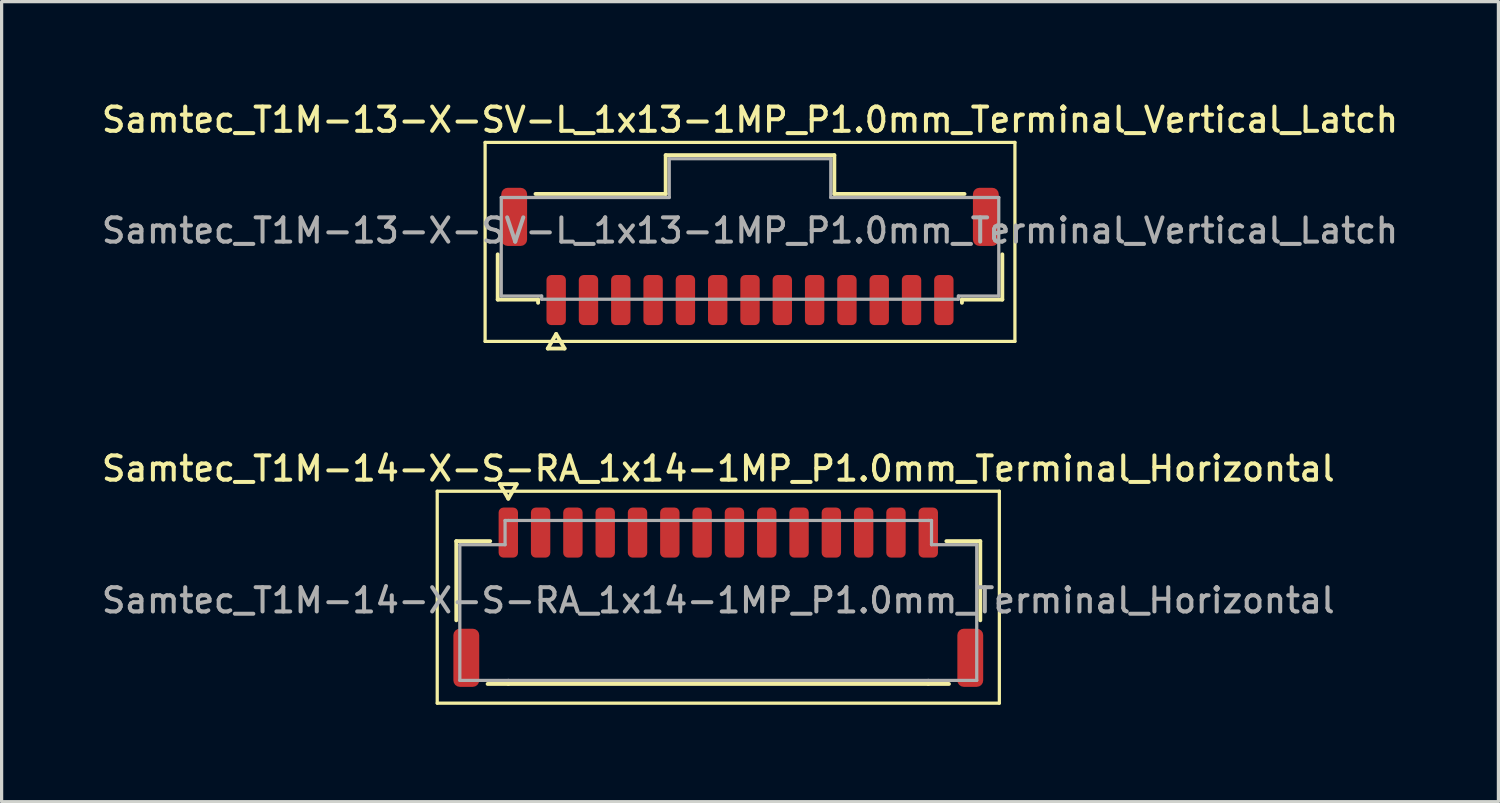
<source format=kicad_pcb>
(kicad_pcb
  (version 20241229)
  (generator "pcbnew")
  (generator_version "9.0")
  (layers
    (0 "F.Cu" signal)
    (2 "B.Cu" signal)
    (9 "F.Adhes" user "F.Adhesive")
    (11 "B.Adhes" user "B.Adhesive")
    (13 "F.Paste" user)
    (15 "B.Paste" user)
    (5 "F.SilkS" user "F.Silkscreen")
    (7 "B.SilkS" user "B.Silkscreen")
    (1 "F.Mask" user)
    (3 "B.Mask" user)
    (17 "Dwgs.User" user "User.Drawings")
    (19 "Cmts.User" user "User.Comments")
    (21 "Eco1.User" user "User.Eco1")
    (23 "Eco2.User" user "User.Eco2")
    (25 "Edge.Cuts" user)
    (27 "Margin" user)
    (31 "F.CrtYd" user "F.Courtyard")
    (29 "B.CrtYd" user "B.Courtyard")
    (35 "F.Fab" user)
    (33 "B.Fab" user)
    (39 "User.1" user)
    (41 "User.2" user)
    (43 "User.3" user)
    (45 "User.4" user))
  (footprint "Samtec_T1M-14-X-S-RA_1x14-1MP_P1.0mm_Terminal_Horizontal"
    (layer "F.Cu")
    (at 19.184 15.536)
    (property "Reference" "Samtec_T1M-14-X-S-RA_1x14-1MP_P1.0mm_Terminal_Horizontal" (at 0 -4.08 0) (layer "F.SilkS") (effects (font (size 0.75 0.75) (thickness 0.125))))
    (attr smd)
    (fp_line (start -8.7 -3.38) (end -8.7 3.18) (stroke (width 0.1) (type solid)) (layer "F.SilkS"))
    (fp_line (start -8.7 3.18) (end 8.7 3.18) (stroke (width 0.1) (type solid)) (layer "F.SilkS"))
    (fp_line (start -8.11 -1.835) (end -7.06 -1.835) (stroke (width 0.12) (type solid)) (layer "F.SilkS"))
    (fp_line (start -8.11 0.615) (end -8.11 -1.835) (stroke (width 0.12) (type solid)) (layer "F.SilkS"))
    (fp_line (start -6.76 -3.6) (end -6.5 -3.15) (stroke (width 0.12) (type solid)) (layer "F.SilkS"))
    (fp_line (start -6.5 -3.15) (end -6.24 -3.6) (stroke (width 0.12) (type solid)) (layer "F.SilkS"))
    (fp_line (start -6.5 2.585) (end -7.14 2.585) (stroke (width 0.12) (type solid)) (layer "F.SilkS"))
    (fp_line (start -6.24 -3.6) (end -6.76 -3.6) (stroke (width 0.12) (type solid)) (layer "F.SilkS"))
    (fp_line (start 6.5 2.585) (end -6.5 2.585) (stroke (width 0.12) (type solid)) (layer "F.SilkS"))
    (fp_line (start 7.06 -1.835) (end 8.11 -1.835) (stroke (width 0.12) (type solid)) (layer "F.SilkS"))
    (fp_line (start 7.14 2.585) (end 6.5 2.585) (stroke (width 0.12) (type solid)) (layer "F.SilkS"))
    (fp_line (start 8.11 -1.835) (end 8.11 0.615) (stroke (width 0.12) (type solid)) (layer "F.SilkS"))
    (fp_line (start 8.7 -3.38) (end -8.7 -3.38) (stroke (width 0.1) (type solid)) (layer "F.SilkS"))
    (fp_line (start 8.7 3.18) (end 8.7 -3.38) (stroke (width 0.1) (type solid)) (layer "F.SilkS"))
    (fp_line (start -8 -1.725) (end -6.6 -1.725) (stroke (width 0.1) (type solid)) (layer "F.Fab"))
    (fp_line (start -8 2.475) (end -8 -1.725) (stroke (width 0.1) (type solid)) (layer "F.Fab"))
    (fp_line (start -6.6 -2.475) (end -6.5 -2.475) (stroke (width 0.1) (type solid)) (layer "F.Fab"))
    (fp_line (start -6.6 -1.725) (end -6.6 -2.475) (stroke (width 0.1) (type solid)) (layer "F.Fab"))
    (fp_line (start -6.5 -2.475) (end 6.5 -2.475) (stroke (width 0.1) (type solid)) (layer "F.Fab"))
    (fp_line (start -6.5 2.475) (end -8 2.475) (stroke (width 0.1) (type solid)) (layer "F.Fab"))
    (fp_line (start 6.5 -2.475) (end 6.6 -2.475) (stroke (width 0.1) (type solid)) (layer "F.Fab"))
    (fp_line (start 6.5 2.475) (end -6.5 2.475) (stroke (width 0.1) (type solid)) (layer "F.Fab"))
    (fp_line (start 6.6 -2.475) (end 6.6 -1.725) (stroke (width 0.1) (type solid)) (layer "F.Fab"))
    (fp_line (start 6.6 -1.725) (end 8 -1.725) (stroke (width 0.1) (type solid)) (layer "F.Fab"))
    (fp_line (start 8 -1.725) (end 8 2.475) (stroke (width 0.1) (type solid)) (layer "F.Fab"))
    (fp_line (start 8 2.475) (end 6.5 2.475) (stroke (width 0.1) (type solid)) (layer "F.Fab"))
    (fp_text user "${REFERENCE}" (at 0 0 0) (layer "F.Fab") (effects (font (size 0.75 0.75) (thickness 0.125))))
    (pad "1" smd roundrect (at -6.5 -2.1) (size 0.6 1.55) (layers "F.Cu" "F.Mask" "F.Paste") (roundrect_rratio 0.25))
    (pad "2" smd roundrect (at -5.5 -2.1) (size 0.6 1.55) (layers "F.Cu" "F.Mask" "F.Paste") (roundrect_rratio 0.25))
    (pad "3" smd roundrect (at -4.5 -2.1) (size 0.6 1.55) (layers "F.Cu" "F.Mask" "F.Paste") (roundrect_rratio 0.25))
    (pad "4" smd roundrect (at -3.5 -2.1) (size 0.6 1.55) (layers "F.Cu" "F.Mask" "F.Paste") (roundrect_rratio 0.25))
    (pad "5" smd roundrect (at -2.5 -2.1) (size 0.6 1.55) (layers "F.Cu" "F.Mask" "F.Paste") (roundrect_rratio 0.25))
    (pad "6" smd roundrect (at -1.5 -2.1) (size 0.6 1.55) (layers "F.Cu" "F.Mask" "F.Paste") (roundrect_rratio 0.25))
    (pad "7" smd roundrect (at -0.5 -2.1) (size 0.6 1.55) (layers "F.Cu" "F.Mask" "F.Paste") (roundrect_rratio 0.25))
    (pad "8" smd roundrect (at 0.5 -2.1) (size 0.6 1.55) (layers "F.Cu" "F.Mask" "F.Paste") (roundrect_rratio 0.25))
    (pad "9" smd roundrect (at 1.5 -2.1) (size 0.6 1.55) (layers "F.Cu" "F.Mask" "F.Paste") (roundrect_rratio 0.25))
    (pad "10" smd roundrect (at 2.5 -2.1) (size 0.6 1.55) (layers "F.Cu" "F.Mask" "F.Paste") (roundrect_rratio 0.25))
    (pad "11" smd roundrect (at 3.5 -2.1) (size 0.6 1.55) (layers "F.Cu" "F.Mask" "F.Paste") (roundrect_rratio 0.25))
    (pad "12" smd roundrect (at 4.5 -2.1) (size 0.6 1.55) (layers "F.Cu" "F.Mask" "F.Paste") (roundrect_rratio 0.25))
    (pad "13" smd roundrect (at 5.5 -2.1) (size 0.6 1.55) (layers "F.Cu" "F.Mask" "F.Paste") (roundrect_rratio 0.25))
    (pad "14" smd roundrect (at 6.5 -2.1) (size 0.6 1.55) (layers "F.Cu" "F.Mask" "F.Paste") (roundrect_rratio 0.25))
    (pad "MP" smd roundrect (at -7.8 1.775) (size 0.8 1.8) (layers "F.Cu" "F.Mask" "F.Paste") (roundrect_rratio 0.25))
    (pad "MP" smd roundrect (at 7.8 1.775) (size 0.8 1.8) (layers "F.Cu" "F.Mask" "F.Paste") (roundrect_rratio 0.25)))
  (footprint "Samtec_T1M-13-X-SV-L_1x13-1MP_P1.0mm_Terminal_Vertical_Latch"
    (layer "F.Cu")
    (at 20.166 4.088)
    (property "Reference" "Samtec_T1M-13-X-SV-L_1x13-1MP_P1.0mm_Terminal_Vertical_Latch" (at 0 -3.43 0) (layer "F.SilkS") (effects (font (size 0.75 0.75) (thickness 0.125))))
    (attr smd)
    (fp_line (start -8.2 -2.73) (end -8.2 3.43) (stroke (width 0.1) (type solid)) (layer "F.SilkS"))
    (fp_line (start -8.2 3.43) (end 8.2 3.43) (stroke (width 0.1) (type solid)) (layer "F.SilkS"))
    (fp_line (start -7.81 2.135) (end -7.81 0.735) (stroke (width 0.12) (type solid)) (layer "F.SilkS"))
    (fp_line (start -6.64 -1.135) (end -2.61 -1.135) (stroke (width 0.12) (type solid)) (layer "F.SilkS"))
    (fp_line (start -6.56 2.135) (end -7.81 2.135) (stroke (width 0.12) (type solid)) (layer "F.SilkS"))
    (fp_line (start -6.56 2.235) (end -6.56 2.135) (stroke (width 0.12) (type solid)) (layer "F.SilkS"))
    (fp_line (start -6.26 3.65) (end -6 3.2) (stroke (width 0.12) (type solid)) (layer "F.SilkS"))
    (fp_line (start -6 3.2) (end -5.74 3.65) (stroke (width 0.12) (type solid)) (layer "F.SilkS"))
    (fp_line (start -5.74 3.65) (end -6.26 3.65) (stroke (width 0.12) (type solid)) (layer "F.SilkS"))
    (fp_line (start -2.61 -2.335) (end 2.61 -2.335) (stroke (width 0.12) (type solid)) (layer "F.SilkS"))
    (fp_line (start -2.61 -1.135) (end -2.61 -2.335) (stroke (width 0.12) (type solid)) (layer "F.SilkS"))
    (fp_line (start 2.61 -2.335) (end 2.61 -1.135) (stroke (width 0.12) (type solid)) (layer "F.SilkS"))
    (fp_line (start 2.61 -1.135) (end 6.64 -1.135) (stroke (width 0.12) (type solid)) (layer "F.SilkS"))
    (fp_line (start 6.56 2.135) (end 6.56 2.235) (stroke (width 0.12) (type solid)) (layer "F.SilkS"))
    (fp_line (start 7.81 0.735) (end 7.81 2.135) (stroke (width 0.12) (type solid)) (layer "F.SilkS"))
    (fp_line (start 7.81 2.135) (end 6.56 2.135) (stroke (width 0.12) (type solid)) (layer "F.SilkS"))
    (fp_line (start 8.2 -2.73) (end -8.2 -2.73) (stroke (width 0.1) (type solid)) (layer "F.SilkS"))
    (fp_line (start 8.2 3.43) (end 8.2 -2.73) (stroke (width 0.1) (type solid)) (layer "F.SilkS"))
    (fp_line (start -7.7 -1.025) (end -2.5 -1.025) (stroke (width 0.1) (type solid)) (layer "F.Fab"))
    (fp_line (start -7.7 2.025) (end -7.7 -1.025) (stroke (width 0.1) (type solid)) (layer "F.Fab"))
    (fp_line (start -6.45 2.025) (end -7.7 2.025) (stroke (width 0.1) (type solid)) (layer "F.Fab"))
    (fp_line (start -6.45 2.125) (end -6.45 2.025) (stroke (width 0.1) (type solid)) (layer "F.Fab"))
    (fp_line (start -2.5 -2.225) (end 2.5 -2.225) (stroke (width 0.1) (type solid)) (layer "F.Fab"))
    (fp_line (start -2.5 -1.025) (end -2.5 -2.225) (stroke (width 0.1) (type solid)) (layer "F.Fab"))
    (fp_line (start 2.5 -2.225) (end 2.5 -1.025) (stroke (width 0.1) (type solid)) (layer "F.Fab"))
    (fp_line (start 2.5 -1.025) (end 7.7 -1.025) (stroke (width 0.1) (type solid)) (layer "F.Fab"))
    (fp_line (start 6.45 2.025) (end 6.45 2.125) (stroke (width 0.1) (type solid)) (layer "F.Fab"))
    (fp_line (start 6.45 2.125) (end -6.45 2.125) (stroke (width 0.1) (type solid)) (layer "F.Fab"))
    (fp_line (start 7.7 -1.025) (end 7.7 2.025) (stroke (width 0.1) (type solid)) (layer "F.Fab"))
    (fp_line (start 7.7 2.025) (end 6.45 2.025) (stroke (width 0.1) (type solid)) (layer "F.Fab"))
    (fp_text user "${REFERENCE}" (at 0 0 0) (layer "F.Fab") (effects (font (size 0.75 0.75) (thickness 0.125))))
    (pad "1" smd roundrect (at -6 2.15) (size 0.6 1.55) (layers "F.Cu" "F.Mask" "F.Paste") (roundrect_rratio 0.25))
    (pad "2" smd roundrect (at -5 2.15) (size 0.6 1.55) (layers "F.Cu" "F.Mask" "F.Paste") (roundrect_rratio 0.25))
    (pad "3" smd roundrect (at -4 2.15) (size 0.6 1.55) (layers "F.Cu" "F.Mask" "F.Paste") (roundrect_rratio 0.25))
    (pad "4" smd roundrect (at -3 2.15) (size 0.6 1.55) (layers "F.Cu" "F.Mask" "F.Paste") (roundrect_rratio 0.25))
    (pad "5" smd roundrect (at -2 2.15) (size 0.6 1.55) (layers "F.Cu" "F.Mask" "F.Paste") (roundrect_rratio 0.25))
    (pad "6" smd roundrect (at -1 2.15) (size 0.6 1.55) (layers "F.Cu" "F.Mask" "F.Paste") (roundrect_rratio 0.25))
    (pad "7" smd roundrect (at 0 2.15) (size 0.6 1.55) (layers "F.Cu" "F.Mask" "F.Paste") (roundrect_rratio 0.25))
    (pad "8" smd roundrect (at 1 2.15) (size 0.6 1.55) (layers "F.Cu" "F.Mask" "F.Paste") (roundrect_rratio 0.25))
    (pad "9" smd roundrect (at 2 2.15) (size 0.6 1.55) (layers "F.Cu" "F.Mask" "F.Paste") (roundrect_rratio 0.25))
    (pad "10" smd roundrect (at 3 2.15) (size 0.6 1.55) (layers "F.Cu" "F.Mask" "F.Paste") (roundrect_rratio 0.25))
    (pad "11" smd roundrect (at 4 2.15) (size 0.6 1.55) (layers "F.Cu" "F.Mask" "F.Paste") (roundrect_rratio 0.25))
    (pad "12" smd roundrect (at 5 2.15) (size 0.6 1.55) (layers "F.Cu" "F.Mask" "F.Paste") (roundrect_rratio 0.25))
    (pad "13" smd roundrect (at 6 2.15) (size 0.6 1.55) (layers "F.Cu" "F.Mask" "F.Paste") (roundrect_rratio 0.25))
    (pad "MP" smd roundrect (at -7.3 -0.425) (size 0.8 1.8) (layers "F.Cu" "F.Mask" "F.Paste") (roundrect_rratio 0.25))
    (pad "MP" smd roundrect (at 7.3 -0.425) (size 0.8 1.8) (layers "F.Cu" "F.Mask" "F.Paste") (roundrect_rratio 0.25)))
  (gr_rect
    (start -3 -3)
    (end 43.332 21.766)
    (stroke (width 0.1) (type default))
    (fill no)
    (layer "Edge.Cuts")))
</source>
